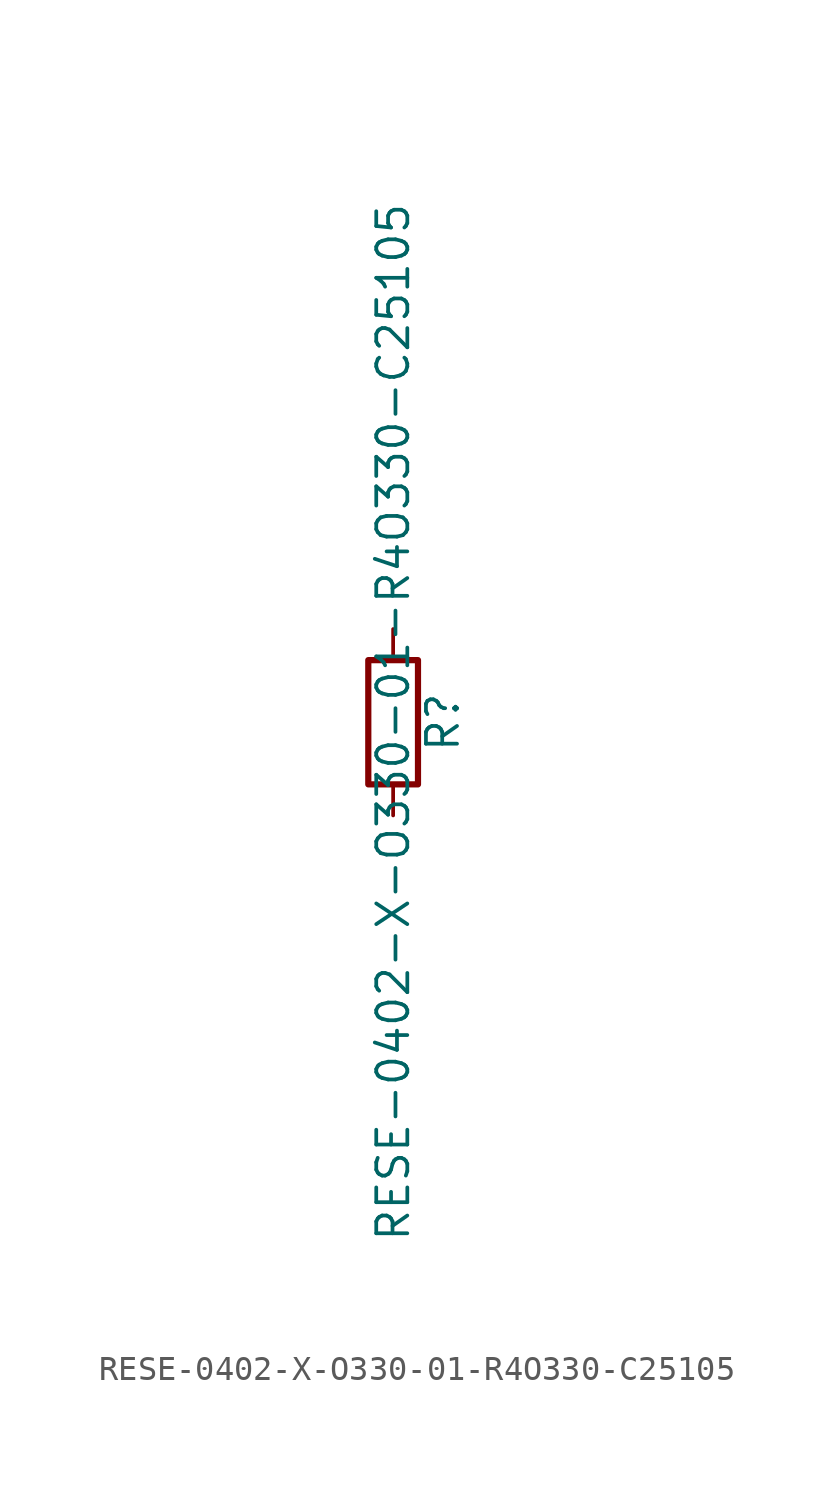
<source format=kicad_sym>
(kicad_symbol_lib
  (version 20211014)
  (generator kicad_symbol_editor)
  (symbol "RESE-0402-X-O330-01-R4O330-C25105"
    (pin_numbers hide)
    (pin_names
      (offset 0))
    (property "Reference" "R"
      (at 2.032 0 90)
      (effects (font (size 1.27 1.27))))
    (property "Value" "RESE-0402-X-O330-01-R4O330-C25105"
      (at 0 0 90)
      (effects (font (size 1.27 1.27))))
    (symbol "RESE-0402-X-O330-01-R4O330-C25105_0_1"
      (rectangle (start -1.016 -2.54) (end 1.016 2.54) (stroke (width 0.254) (type default) (color 0 0 0 0)) (fill (type none))))
    (symbol "RESE-0402-X-O330-01-R4O330-C25105_1_1"
      (pin passive line (at 0 3.81 270) (length 1.27) (name "~" (effects (font (size 1.27 1.27)))) (number "1" (effects (font (size 1.27 1.27)))))
      (pin passive line (at 0 -3.81 90) (length 1.27) (name "~" (effects (font (size 1.27 1.27)))) (number "2" (effects (font (size 1.27 1.27))))))))
</source>
